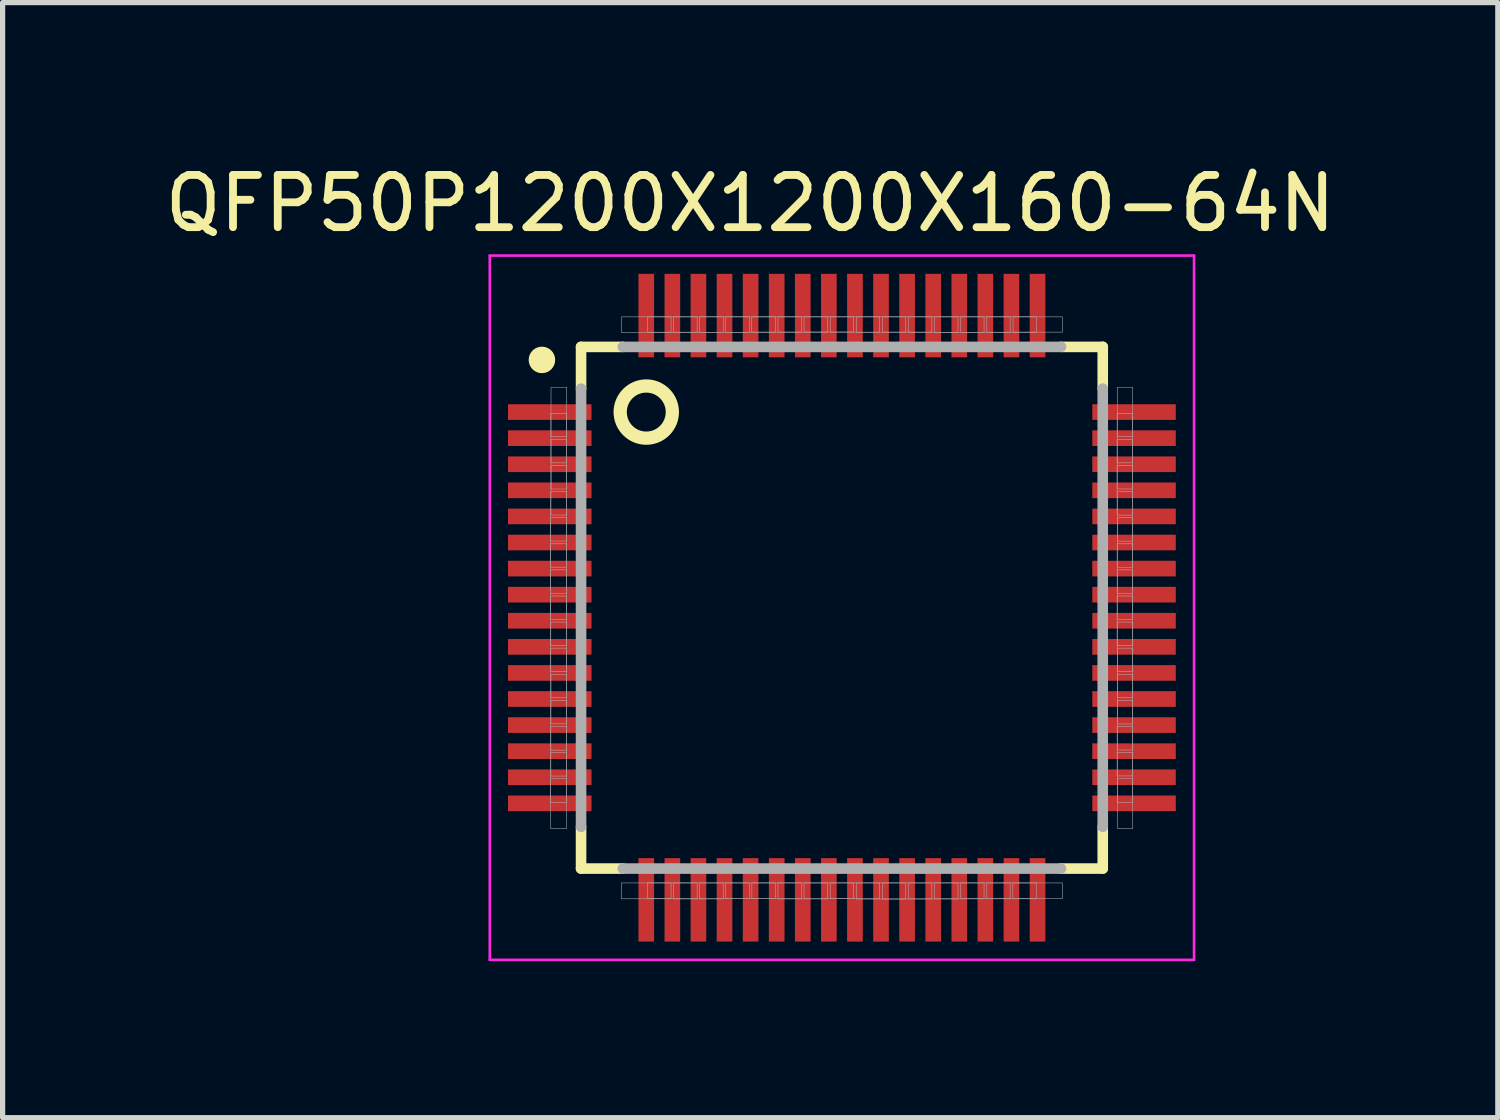
<source format=kicad_pcb>
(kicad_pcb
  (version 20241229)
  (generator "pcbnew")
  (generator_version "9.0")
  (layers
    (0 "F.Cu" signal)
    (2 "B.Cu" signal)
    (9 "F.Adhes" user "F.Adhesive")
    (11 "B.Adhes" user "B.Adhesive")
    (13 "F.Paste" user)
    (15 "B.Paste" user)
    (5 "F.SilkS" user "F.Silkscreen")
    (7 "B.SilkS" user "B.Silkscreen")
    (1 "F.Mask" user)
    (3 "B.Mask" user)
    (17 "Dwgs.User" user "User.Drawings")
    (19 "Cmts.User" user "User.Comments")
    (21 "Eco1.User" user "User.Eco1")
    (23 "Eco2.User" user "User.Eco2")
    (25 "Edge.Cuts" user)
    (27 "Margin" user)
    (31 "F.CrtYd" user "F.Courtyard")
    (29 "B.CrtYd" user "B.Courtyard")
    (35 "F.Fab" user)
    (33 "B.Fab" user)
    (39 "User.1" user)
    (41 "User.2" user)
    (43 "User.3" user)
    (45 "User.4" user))
  (footprint "QFP50P1200X1200X160-64N"
    (layer "F.Cu")
    (at 13.088 8.599)
    (property "Reference" "QFP50P1200X1200X160-64N" (at -1.757 -7.75 0) (layer "F.SilkS") (effects (font (size 1.001 1.001) (thickness 0.15))))
    (attr smd)
    (fp_line (start -5 -5) (end -4.2 -5) (stroke (width 0.203) (type solid)) (layer "F.SilkS"))
    (fp_line (start -5 -4.2) (end -5 -5) (stroke (width 0.203) (type solid)) (layer "F.SilkS"))
    (fp_line (start -5 5) (end -5 4.2) (stroke (width 0.203) (type solid)) (layer "F.SilkS"))
    (fp_line (start -4.2 5) (end -5 5) (stroke (width 0.203) (type solid)) (layer "F.SilkS"))
    (fp_line (start 4.2 -5) (end 5 -5) (stroke (width 0.203) (type solid)) (layer "F.SilkS"))
    (fp_line (start 5 -5) (end 5 -4.2) (stroke (width 0.203) (type solid)) (layer "F.SilkS"))
    (fp_line (start 5 4.2) (end 5 5) (stroke (width 0.203) (type solid)) (layer "F.SilkS"))
    (fp_line (start 5 5) (end 4.2 5) (stroke (width 0.203) (type solid)) (layer "F.SilkS"))
    (fp_circle (center -5.75 -4.75) (end -5.496 -4.75) (stroke (width 0) (type solid)) (fill yes) (layer "F.SilkS"))
    (fp_circle (center -3.75 -3.75) (end -3.25 -3.75) (stroke (width 0.254) (type solid)) (fill no) (layer "F.SilkS"))
    (fp_line (start -6.75 -6.75) (end 6.75 -6.75) (stroke (width 0.05) (type solid)) (layer "F.CrtYd"))
    (fp_line (start -6.75 6.75) (end -6.75 -6.75) (stroke (width 0.05) (type solid)) (layer "F.CrtYd"))
    (fp_line (start 6.75 -6.75) (end 6.75 6.75) (stroke (width 0.05) (type solid)) (layer "F.CrtYd"))
    (fp_line (start 6.75 6.75) (end -6.75 6.75) (stroke (width 0.05) (type solid)) (layer "F.CrtYd"))
    (fp_line (start -5 -4.2) (end -5 4.2) (stroke (width 0.203) (type solid)) (layer "F.Fab"))
    (fp_line (start -4.2 5) (end 4.2 5) (stroke (width 0.203) (type solid)) (layer "F.Fab"))
    (fp_line (start 4.2 -5) (end -4.2 -5) (stroke (width 0.203) (type solid)) (layer "F.Fab"))
    (fp_line (start 5 4.2) (end 5 -4.2) (stroke (width 0.203) (type solid)) (layer "F.Fab"))
    (fp_poly (pts (xy -5.585 2.775) (xy -5.275 2.775) (xy -5.275 3.732) (xy -5.585 3.732)) (stroke (width 0.01) (type solid)) (fill no) (layer "F.Fab"))
    (fp_poly (pts (xy -5.585 -1.725) (xy -5.275 -1.725) (xy -5.275 -0.777) (xy -5.585 -0.777)) (stroke (width 0.01) (type solid)) (fill no) (layer "F.Fab"))
    (fp_poly (pts (xy -5.585 -0.225) (xy -5.275 -0.225) (xy -5.275 0.726) (xy -5.585 0.726)) (stroke (width 0.01) (type solid)) (fill no) (layer "F.Fab"))
    (fp_poly (pts (xy -5.584 1.775) (xy -5.275 1.775) (xy -5.275 2.73) (xy -5.584 2.73)) (stroke (width 0.01) (type solid)) (fill no) (layer "F.Fab"))
    (fp_poly (pts (xy -5.584 -1.225) (xy -5.275 -1.225) (xy -5.275 -0.275) (xy -5.584 -0.275)) (stroke (width 0.01) (type solid)) (fill no) (layer "F.Fab"))
    (fp_poly (pts (xy -5.583 3.275) (xy -5.275 3.275) (xy -5.275 4.231) (xy -5.583 4.231)) (stroke (width 0.01) (type solid)) (fill no) (layer "F.Fab"))
    (fp_poly (pts (xy -5.583 -0.725) (xy -5.275 -0.725) (xy -5.275 0.225) (xy -5.583 0.225)) (stroke (width 0.01) (type solid)) (fill no) (layer "F.Fab"))
    (fp_poly (pts (xy -5.583 0.775) (xy -5.275 0.775) (xy -5.275 1.727) (xy -5.583 1.727)) (stroke (width 0.01) (type solid)) (fill no) (layer "F.Fab"))
    (fp_poly (pts (xy -5.582 -2.225) (xy -5.275 -2.225) (xy -5.275 -1.277) (xy -5.582 -1.277)) (stroke (width 0.01) (type solid)) (fill no) (layer "F.Fab"))
    (fp_poly (pts (xy -5.58 0.275) (xy -5.275 0.275) (xy -5.275 1.226) (xy -5.58 1.226)) (stroke (width 0.01) (type solid)) (fill no) (layer "F.Fab"))
    (fp_poly (pts (xy -5.579 2.275) (xy -5.275 2.275) (xy -5.275 3.227) (xy -5.579 3.227)) (stroke (width 0.01) (type solid)) (fill no) (layer "F.Fab"))
    (fp_poly (pts (xy -5.578 -3.725) (xy -5.275 -3.725) (xy -5.275 -2.777) (xy -5.578 -2.777)) (stroke (width 0.01) (type solid)) (fill no) (layer "F.Fab"))
    (fp_poly (pts (xy -5.577 1.275) (xy -5.275 1.275) (xy -5.275 2.226) (xy -5.577 2.226)) (stroke (width 0.01) (type solid)) (fill no) (layer "F.Fab"))
    (fp_poly (pts (xy -5.577 -2.725) (xy -5.275 -2.725) (xy -5.275 -1.776) (xy -5.577 -1.776)) (stroke (width 0.01) (type solid)) (fill no) (layer "F.Fab"))
    (fp_poly (pts (xy -5.576 -4.225) (xy -5.275 -4.225) (xy -5.275 -3.276) (xy -5.576 -3.276)) (stroke (width 0.01) (type solid)) (fill no) (layer "F.Fab"))
    (fp_poly (pts (xy -5.575 -3.225) (xy -5.275 -3.225) (xy -5.275 -2.275) (xy -5.575 -2.275)) (stroke (width 0.01) (type solid)) (fill no) (layer "F.Fab"))
    (fp_poly (pts (xy -4.229 5.275) (xy -3.275 5.275) (xy -3.275 5.58) (xy -4.229 5.58)) (stroke (width 0.01) (type solid)) (fill no) (layer "F.Fab"))
    (fp_poly (pts (xy -4.226 -5.575) (xy -3.275 -5.575) (xy -3.275 -5.276) (xy -4.226 -5.276)) (stroke (width 0.01) (type solid)) (fill no) (layer "F.Fab"))
    (fp_poly (pts (xy -3.729 -5.575) (xy -2.775 -5.575) (xy -2.775 -5.281) (xy -3.729 -5.281)) (stroke (width 0.01) (type solid)) (fill no) (layer "F.Fab"))
    (fp_poly (pts (xy -3.727 5.275) (xy -2.775 5.275) (xy -2.775 5.578) (xy -3.727 5.578)) (stroke (width 0.01) (type solid)) (fill no) (layer "F.Fab"))
    (fp_poly (pts (xy -3.229 5.275) (xy -2.275 5.275) (xy -2.275 5.582) (xy -3.229 5.582)) (stroke (width 0.01) (type solid)) (fill no) (layer "F.Fab"))
    (fp_poly (pts (xy -3.227 -5.575) (xy -2.275 -5.575) (xy -2.275 -5.279) (xy -3.227 -5.279)) (stroke (width 0.01) (type solid)) (fill no) (layer "F.Fab"))
    (fp_poly (pts (xy -2.727 5.275) (xy -1.775 5.275) (xy -1.775 5.579) (xy -2.727 5.579)) (stroke (width 0.01) (type solid)) (fill no) (layer "F.Fab"))
    (fp_poly (pts (xy -2.726 -5.575) (xy -1.775 -5.575) (xy -1.775 -5.278) (xy -2.726 -5.278)) (stroke (width 0.01) (type solid)) (fill no) (layer "F.Fab"))
    (fp_poly (pts (xy -2.227 -5.575) (xy -1.275 -5.575) (xy -1.275 -5.28) (xy -2.227 -5.28)) (stroke (width 0.01) (type solid)) (fill no) (layer "F.Fab"))
    (fp_poly (pts (xy -2.226 5.275) (xy -1.275 5.275) (xy -1.275 5.579) (xy -2.226 5.579)) (stroke (width 0.01) (type solid)) (fill no) (layer "F.Fab"))
    (fp_poly (pts (xy -1.728 -5.575) (xy -0.775 -5.575) (xy -0.775 -5.284) (xy -1.728 -5.284)) (stroke (width 0.01) (type solid)) (fill no) (layer "F.Fab"))
    (fp_poly (pts (xy -1.726 5.275) (xy -0.775 5.275) (xy -0.775 5.579) (xy -1.726 5.579)) (stroke (width 0.01) (type solid)) (fill no) (layer "F.Fab"))
    (fp_poly (pts (xy -1.226 5.275) (xy -0.275 5.275) (xy -0.275 5.582) (xy -1.226 5.582)) (stroke (width 0.01) (type solid)) (fill no) (layer "F.Fab"))
    (fp_poly (pts (xy -1.226 -5.575) (xy -0.275 -5.575) (xy -0.275 -5.281) (xy -1.226 -5.281)) (stroke (width 0.01) (type solid)) (fill no) (layer "F.Fab"))
    (fp_poly (pts (xy -0.726 -5.575) (xy 0.225 -5.575) (xy 0.225 -5.285) (xy -0.726 -5.285)) (stroke (width 0.01) (type solid)) (fill no) (layer "F.Fab"))
    (fp_poly (pts (xy -0.726 5.275) (xy 0.225 5.275) (xy 0.225 5.579) (xy -0.726 5.579)) (stroke (width 0.01) (type solid)) (fill no) (layer "F.Fab"))
    (fp_poly (pts (xy -0.225 -5.575) (xy 0.725 -5.575) (xy 0.725 -5.282) (xy -0.225 -5.282)) (stroke (width 0.01) (type solid)) (fill no) (layer "F.Fab"))
    (fp_poly (pts (xy -0.225 5.275) (xy 0.725 5.275) (xy 0.725 5.577) (xy -0.225 5.577)) (stroke (width 0.01) (type solid)) (fill no) (layer "F.Fab"))
    (fp_poly (pts (xy 0.275 -5.575) (xy 1.225 -5.575) (xy 1.225 -5.278) (xy 0.275 -5.278)) (stroke (width 0.01) (type solid)) (fill no) (layer "F.Fab"))
    (fp_poly (pts (xy 0.275 5.275) (xy 1.225 5.275) (xy 1.225 5.585) (xy 0.275 5.585)) (stroke (width 0.01) (type solid)) (fill no) (layer "F.Fab"))
    (fp_poly (pts (xy 0.776 5.275) (xy 1.725 5.275) (xy 1.725 5.582) (xy 0.776 5.582)) (stroke (width 0.01) (type solid)) (fill no) (layer "F.Fab"))
    (fp_poly (pts (xy 0.776 -5.575) (xy 1.725 -5.575) (xy 1.725 -5.284) (xy 0.776 -5.284)) (stroke (width 0.01) (type solid)) (fill no) (layer "F.Fab"))
    (fp_poly (pts (xy 1.275 -5.575) (xy 2.225 -5.575) (xy 2.225 -5.277) (xy 1.275 -5.277)) (stroke (width 0.01) (type solid)) (fill no) (layer "F.Fab"))
    (fp_poly (pts (xy 1.276 5.275) (xy 2.225 5.275) (xy 2.225 5.582) (xy 1.276 5.582)) (stroke (width 0.01) (type solid)) (fill no) (layer "F.Fab"))
    (fp_poly (pts (xy 1.777 -5.575) (xy 2.725 -5.575) (xy 2.725 -5.279) (xy 1.777 -5.279)) (stroke (width 0.01) (type solid)) (fill no) (layer "F.Fab"))
    (fp_poly (pts (xy 1.777 5.275) (xy 2.725 5.275) (xy 2.725 5.581) (xy 1.777 5.581)) (stroke (width 0.01) (type solid)) (fill no) (layer "F.Fab"))
    (fp_poly (pts (xy 2.276 5.275) (xy 3.225 5.275) (xy 3.225 5.577) (xy 2.276 5.577)) (stroke (width 0.01) (type solid)) (fill no) (layer "F.Fab"))
    (fp_poly (pts (xy 2.276 -5.575) (xy 3.225 -5.575) (xy 3.225 -5.278) (xy 2.276 -5.278)) (stroke (width 0.01) (type solid)) (fill no) (layer "F.Fab"))
    (fp_poly (pts (xy 2.778 5.275) (xy 3.725 5.275) (xy 3.725 5.58) (xy 2.778 5.58)) (stroke (width 0.01) (type solid)) (fill no) (layer "F.Fab"))
    (fp_poly (pts (xy 2.778 -5.575) (xy 3.725 -5.575) (xy 3.725 -5.281) (xy 2.778 -5.281)) (stroke (width 0.01) (type solid)) (fill no) (layer "F.Fab"))
    (fp_poly (pts (xy 3.277 5.275) (xy 4.225 5.275) (xy 4.225 5.578) (xy 3.277 5.578)) (stroke (width 0.01) (type solid)) (fill no) (layer "F.Fab"))
    (fp_poly (pts (xy 3.28 -5.575) (xy 4.225 -5.575) (xy 4.225 -5.283) (xy 3.28 -5.283)) (stroke (width 0.01) (type solid)) (fill no) (layer "F.Fab"))
    (fp_poly (pts (xy 5.275 -0.225) (xy 5.575 -0.225) (xy 5.575 0.725) (xy 5.275 0.725)) (stroke (width 0.01) (type solid)) (fill no) (layer "F.Fab"))
    (fp_poly (pts (xy 5.275 -2.725) (xy 5.575 -2.725) (xy 5.575 -1.775) (xy 5.275 -1.775)) (stroke (width 0.01) (type solid)) (fill no) (layer "F.Fab"))
    (fp_poly (pts (xy 5.276 -1.225) (xy 5.575 -1.225) (xy 5.575 -0.275) (xy 5.276 -0.275)) (stroke (width 0.01) (type solid)) (fill no) (layer "F.Fab"))
    (fp_poly (pts (xy 5.276 2.275) (xy 5.575 2.275) (xy 5.575 3.225) (xy 5.276 3.225)) (stroke (width 0.01) (type solid)) (fill no) (layer "F.Fab"))
    (fp_poly (pts (xy 5.276 -3.725) (xy 5.575 -3.725) (xy 5.575 -2.776) (xy 5.276 -2.776)) (stroke (width 0.01) (type solid)) (fill no) (layer "F.Fab"))
    (fp_poly (pts (xy 5.277 -3.225) (xy 5.575 -3.225) (xy 5.575 -2.276) (xy 5.277 -2.276)) (stroke (width 0.01) (type solid)) (fill no) (layer "F.Fab"))
    (fp_poly (pts (xy 5.279 1.775) (xy 5.575 1.775) (xy 5.575 2.727) (xy 5.279 2.727)) (stroke (width 0.01) (type solid)) (fill no) (layer "F.Fab"))
    (fp_poly (pts (xy 5.28 -2.225) (xy 5.575 -2.225) (xy 5.575 -1.276) (xy 5.28 -1.276)) (stroke (width 0.01) (type solid)) (fill no) (layer "F.Fab"))
    (fp_poly (pts (xy 5.28 3.275) (xy 5.575 3.275) (xy 5.575 4.229) (xy 5.28 4.229)) (stroke (width 0.01) (type solid)) (fill no) (layer "F.Fab"))
    (fp_poly (pts (xy 5.28 -4.225) (xy 5.575 -4.225) (xy 5.575 -3.278) (xy 5.28 -3.278)) (stroke (width 0.01) (type solid)) (fill no) (layer "F.Fab"))
    (fp_poly (pts (xy 5.28 -1.725) (xy 5.575 -1.725) (xy 5.575 -0.776) (xy 5.28 -0.776)) (stroke (width 0.01) (type solid)) (fill no) (layer "F.Fab"))
    (fp_poly (pts (xy 5.281 2.775) (xy 5.575 2.775) (xy 5.575 3.729) (xy 5.281 3.729)) (stroke (width 0.01) (type solid)) (fill no) (layer "F.Fab"))
    (fp_poly (pts (xy 5.281 0.775) (xy 5.575 0.775) (xy 5.575 1.727) (xy 5.281 1.727)) (stroke (width 0.01) (type solid)) (fill no) (layer "F.Fab"))
    (fp_poly (pts (xy 5.282 -0.725) (xy 5.575 -0.725) (xy 5.575 0.225) (xy 5.282 0.225)) (stroke (width 0.01) (type solid)) (fill no) (layer "F.Fab"))
    (fp_poly (pts (xy 5.282 0.275) (xy 5.575 0.275) (xy 5.575 1.227) (xy 5.282 1.227)) (stroke (width 0.01) (type solid)) (fill no) (layer "F.Fab"))
    (fp_poly (pts (xy 5.284 1.275) (xy 5.575 1.275) (xy 5.575 2.229) (xy 5.284 2.229)) (stroke (width 0.01) (type solid)) (fill no) (layer "F.Fab"))
    (pad "1" smd rect (at -5.6 -3.75) (size 1.6 0.3) (layers "F.Cu" "F.Mask" "F.Paste"))
    (pad "2" smd rect (at -5.6 -3.25) (size 1.6 0.3) (layers "F.Cu" "F.Mask" "F.Paste"))
    (pad "3" smd rect (at -5.6 -2.75) (size 1.6 0.3) (layers "F.Cu" "F.Mask" "F.Paste"))
    (pad "4" smd rect (at -5.6 -2.25) (size 1.6 0.3) (layers "F.Cu" "F.Mask" "F.Paste"))
    (pad "5" smd rect (at -5.6 -1.75) (size 1.6 0.3) (layers "F.Cu" "F.Mask" "F.Paste"))
    (pad "6" smd rect (at -5.6 -1.25) (size 1.6 0.3) (layers "F.Cu" "F.Mask" "F.Paste"))
    (pad "7" smd rect (at -5.6 -0.75) (size 1.6 0.3) (layers "F.Cu" "F.Mask" "F.Paste"))
    (pad "8" smd rect (at -5.6 -0.25) (size 1.6 0.3) (layers "F.Cu" "F.Mask" "F.Paste"))
    (pad "9" smd rect (at -5.6 0.25) (size 1.6 0.3) (layers "F.Cu" "F.Mask" "F.Paste"))
    (pad "10" smd rect (at -5.6 0.75) (size 1.6 0.3) (layers "F.Cu" "F.Mask" "F.Paste"))
    (pad "11" smd rect (at -5.6 1.25) (size 1.6 0.3) (layers "F.Cu" "F.Mask" "F.Paste"))
    (pad "12" smd rect (at -5.6 1.75) (size 1.6 0.3) (layers "F.Cu" "F.Mask" "F.Paste"))
    (pad "13" smd rect (at -5.6 2.25) (size 1.6 0.3) (layers "F.Cu" "F.Mask" "F.Paste"))
    (pad "14" smd rect (at -5.6 2.75) (size 1.6 0.3) (layers "F.Cu" "F.Mask" "F.Paste"))
    (pad "15" smd rect (at -5.6 3.25) (size 1.6 0.3) (layers "F.Cu" "F.Mask" "F.Paste"))
    (pad "16" smd rect (at -5.6 3.75) (size 1.6 0.3) (layers "F.Cu" "F.Mask" "F.Paste"))
    (pad "17" smd rect (at -3.75 5.6) (size 0.3 1.6) (layers "F.Cu" "F.Mask" "F.Paste"))
    (pad "18" smd rect (at -3.25 5.6) (size 0.3 1.6) (layers "F.Cu" "F.Mask" "F.Paste"))
    (pad "19" smd rect (at -2.75 5.6) (size 0.3 1.6) (layers "F.Cu" "F.Mask" "F.Paste"))
    (pad "20" smd rect (at -2.25 5.6) (size 0.3 1.6) (layers "F.Cu" "F.Mask" "F.Paste"))
    (pad "21" smd rect (at -1.75 5.6) (size 0.3 1.6) (layers "F.Cu" "F.Mask" "F.Paste"))
    (pad "22" smd rect (at -1.25 5.6) (size 0.3 1.6) (layers "F.Cu" "F.Mask" "F.Paste"))
    (pad "23" smd rect (at -0.75 5.6) (size 0.3 1.6) (layers "F.Cu" "F.Mask" "F.Paste"))
    (pad "24" smd rect (at -0.25 5.6) (size 0.3 1.6) (layers "F.Cu" "F.Mask" "F.Paste"))
    (pad "25" smd rect (at 0.25 5.6) (size 0.3 1.6) (layers "F.Cu" "F.Mask" "F.Paste"))
    (pad "26" smd rect (at 0.75 5.6) (size 0.3 1.6) (layers "F.Cu" "F.Mask" "F.Paste"))
    (pad "27" smd rect (at 1.25 5.6) (size 0.3 1.6) (layers "F.Cu" "F.Mask" "F.Paste"))
    (pad "28" smd rect (at 1.75 5.6) (size 0.3 1.6) (layers "F.Cu" "F.Mask" "F.Paste"))
    (pad "29" smd rect (at 2.25 5.6) (size 0.3 1.6) (layers "F.Cu" "F.Mask" "F.Paste"))
    (pad "30" smd rect (at 2.75 5.6) (size 0.3 1.6) (layers "F.Cu" "F.Mask" "F.Paste"))
    (pad "31" smd rect (at 3.25 5.6) (size 0.3 1.6) (layers "F.Cu" "F.Mask" "F.Paste"))
    (pad "32" smd rect (at 3.75 5.6) (size 0.3 1.6) (layers "F.Cu" "F.Mask" "F.Paste"))
    (pad "33" smd rect (at 5.6 3.75) (size 1.6 0.3) (layers "F.Cu" "F.Mask" "F.Paste"))
    (pad "34" smd rect (at 5.6 3.25) (size 1.6 0.3) (layers "F.Cu" "F.Mask" "F.Paste"))
    (pad "35" smd rect (at 5.6 2.75) (size 1.6 0.3) (layers "F.Cu" "F.Mask" "F.Paste"))
    (pad "36" smd rect (at 5.6 2.25) (size 1.6 0.3) (layers "F.Cu" "F.Mask" "F.Paste"))
    (pad "37" smd rect (at 5.6 1.75) (size 1.6 0.3) (layers "F.Cu" "F.Mask" "F.Paste"))
    (pad "38" smd rect (at 5.6 1.25) (size 1.6 0.3) (layers "F.Cu" "F.Mask" "F.Paste"))
    (pad "39" smd rect (at 5.6 0.75) (size 1.6 0.3) (layers "F.Cu" "F.Mask" "F.Paste"))
    (pad "40" smd rect (at 5.6 0.25) (size 1.6 0.3) (layers "F.Cu" "F.Mask" "F.Paste"))
    (pad "41" smd rect (at 5.6 -0.25) (size 1.6 0.3) (layers "F.Cu" "F.Mask" "F.Paste"))
    (pad "42" smd rect (at 5.6 -0.75) (size 1.6 0.3) (layers "F.Cu" "F.Mask" "F.Paste"))
    (pad "43" smd rect (at 5.6 -1.25) (size 1.6 0.3) (layers "F.Cu" "F.Mask" "F.Paste"))
    (pad "44" smd rect (at 5.6 -1.75) (size 1.6 0.3) (layers "F.Cu" "F.Mask" "F.Paste"))
    (pad "45" smd rect (at 5.6 -2.25) (size 1.6 0.3) (layers "F.Cu" "F.Mask" "F.Paste"))
    (pad "46" smd rect (at 5.6 -2.75) (size 1.6 0.3) (layers "F.Cu" "F.Mask" "F.Paste"))
    (pad "47" smd rect (at 5.6 -3.25) (size 1.6 0.3) (layers "F.Cu" "F.Mask" "F.Paste"))
    (pad "48" smd rect (at 5.6 -3.75) (size 1.6 0.3) (layers "F.Cu" "F.Mask" "F.Paste"))
    (pad "49" smd rect (at 3.75 -5.6) (size 0.3 1.6) (layers "F.Cu" "F.Mask" "F.Paste"))
    (pad "50" smd rect (at 3.25 -5.6) (size 0.3 1.6) (layers "F.Cu" "F.Mask" "F.Paste"))
    (pad "51" smd rect (at 2.75 -5.6) (size 0.3 1.6) (layers "F.Cu" "F.Mask" "F.Paste"))
    (pad "52" smd rect (at 2.25 -5.6) (size 0.3 1.6) (layers "F.Cu" "F.Mask" "F.Paste"))
    (pad "53" smd rect (at 1.75 -5.6) (size 0.3 1.6) (layers "F.Cu" "F.Mask" "F.Paste"))
    (pad "54" smd rect (at 1.25 -5.6) (size 0.3 1.6) (layers "F.Cu" "F.Mask" "F.Paste"))
    (pad "55" smd rect (at 0.75 -5.6) (size 0.3 1.6) (layers "F.Cu" "F.Mask" "F.Paste"))
    (pad "56" smd rect (at 0.25 -5.6) (size 0.3 1.6) (layers "F.Cu" "F.Mask" "F.Paste"))
    (pad "57" smd rect (at -0.25 -5.6) (size 0.3 1.6) (layers "F.Cu" "F.Mask" "F.Paste"))
    (pad "58" smd rect (at -0.75 -5.6) (size 0.3 1.6) (layers "F.Cu" "F.Mask" "F.Paste"))
    (pad "59" smd rect (at -1.25 -5.6) (size 0.3 1.6) (layers "F.Cu" "F.Mask" "F.Paste"))
    (pad "60" smd rect (at -1.75 -5.6) (size 0.3 1.6) (layers "F.Cu" "F.Mask" "F.Paste"))
    (pad "61" smd rect (at -2.25 -5.6) (size 0.3 1.6) (layers "F.Cu" "F.Mask" "F.Paste"))
    (pad "62" smd rect (at -2.75 -5.6) (size 0.3 1.6) (layers "F.Cu" "F.Mask" "F.Paste"))
    (pad "63" smd rect (at -3.25 -5.6) (size 0.3 1.6) (layers "F.Cu" "F.Mask" "F.Paste"))
    (pad "64" smd rect (at -3.75 -5.6) (size 0.3 1.6) (layers "F.Cu" "F.Mask" "F.Paste")))
  (gr_rect
    (start -3 -3)
    (end 25.661 18.374)
    (stroke (width 0.1) (type default))
    (fill no)
    (layer "Edge.Cuts")))
</source>
